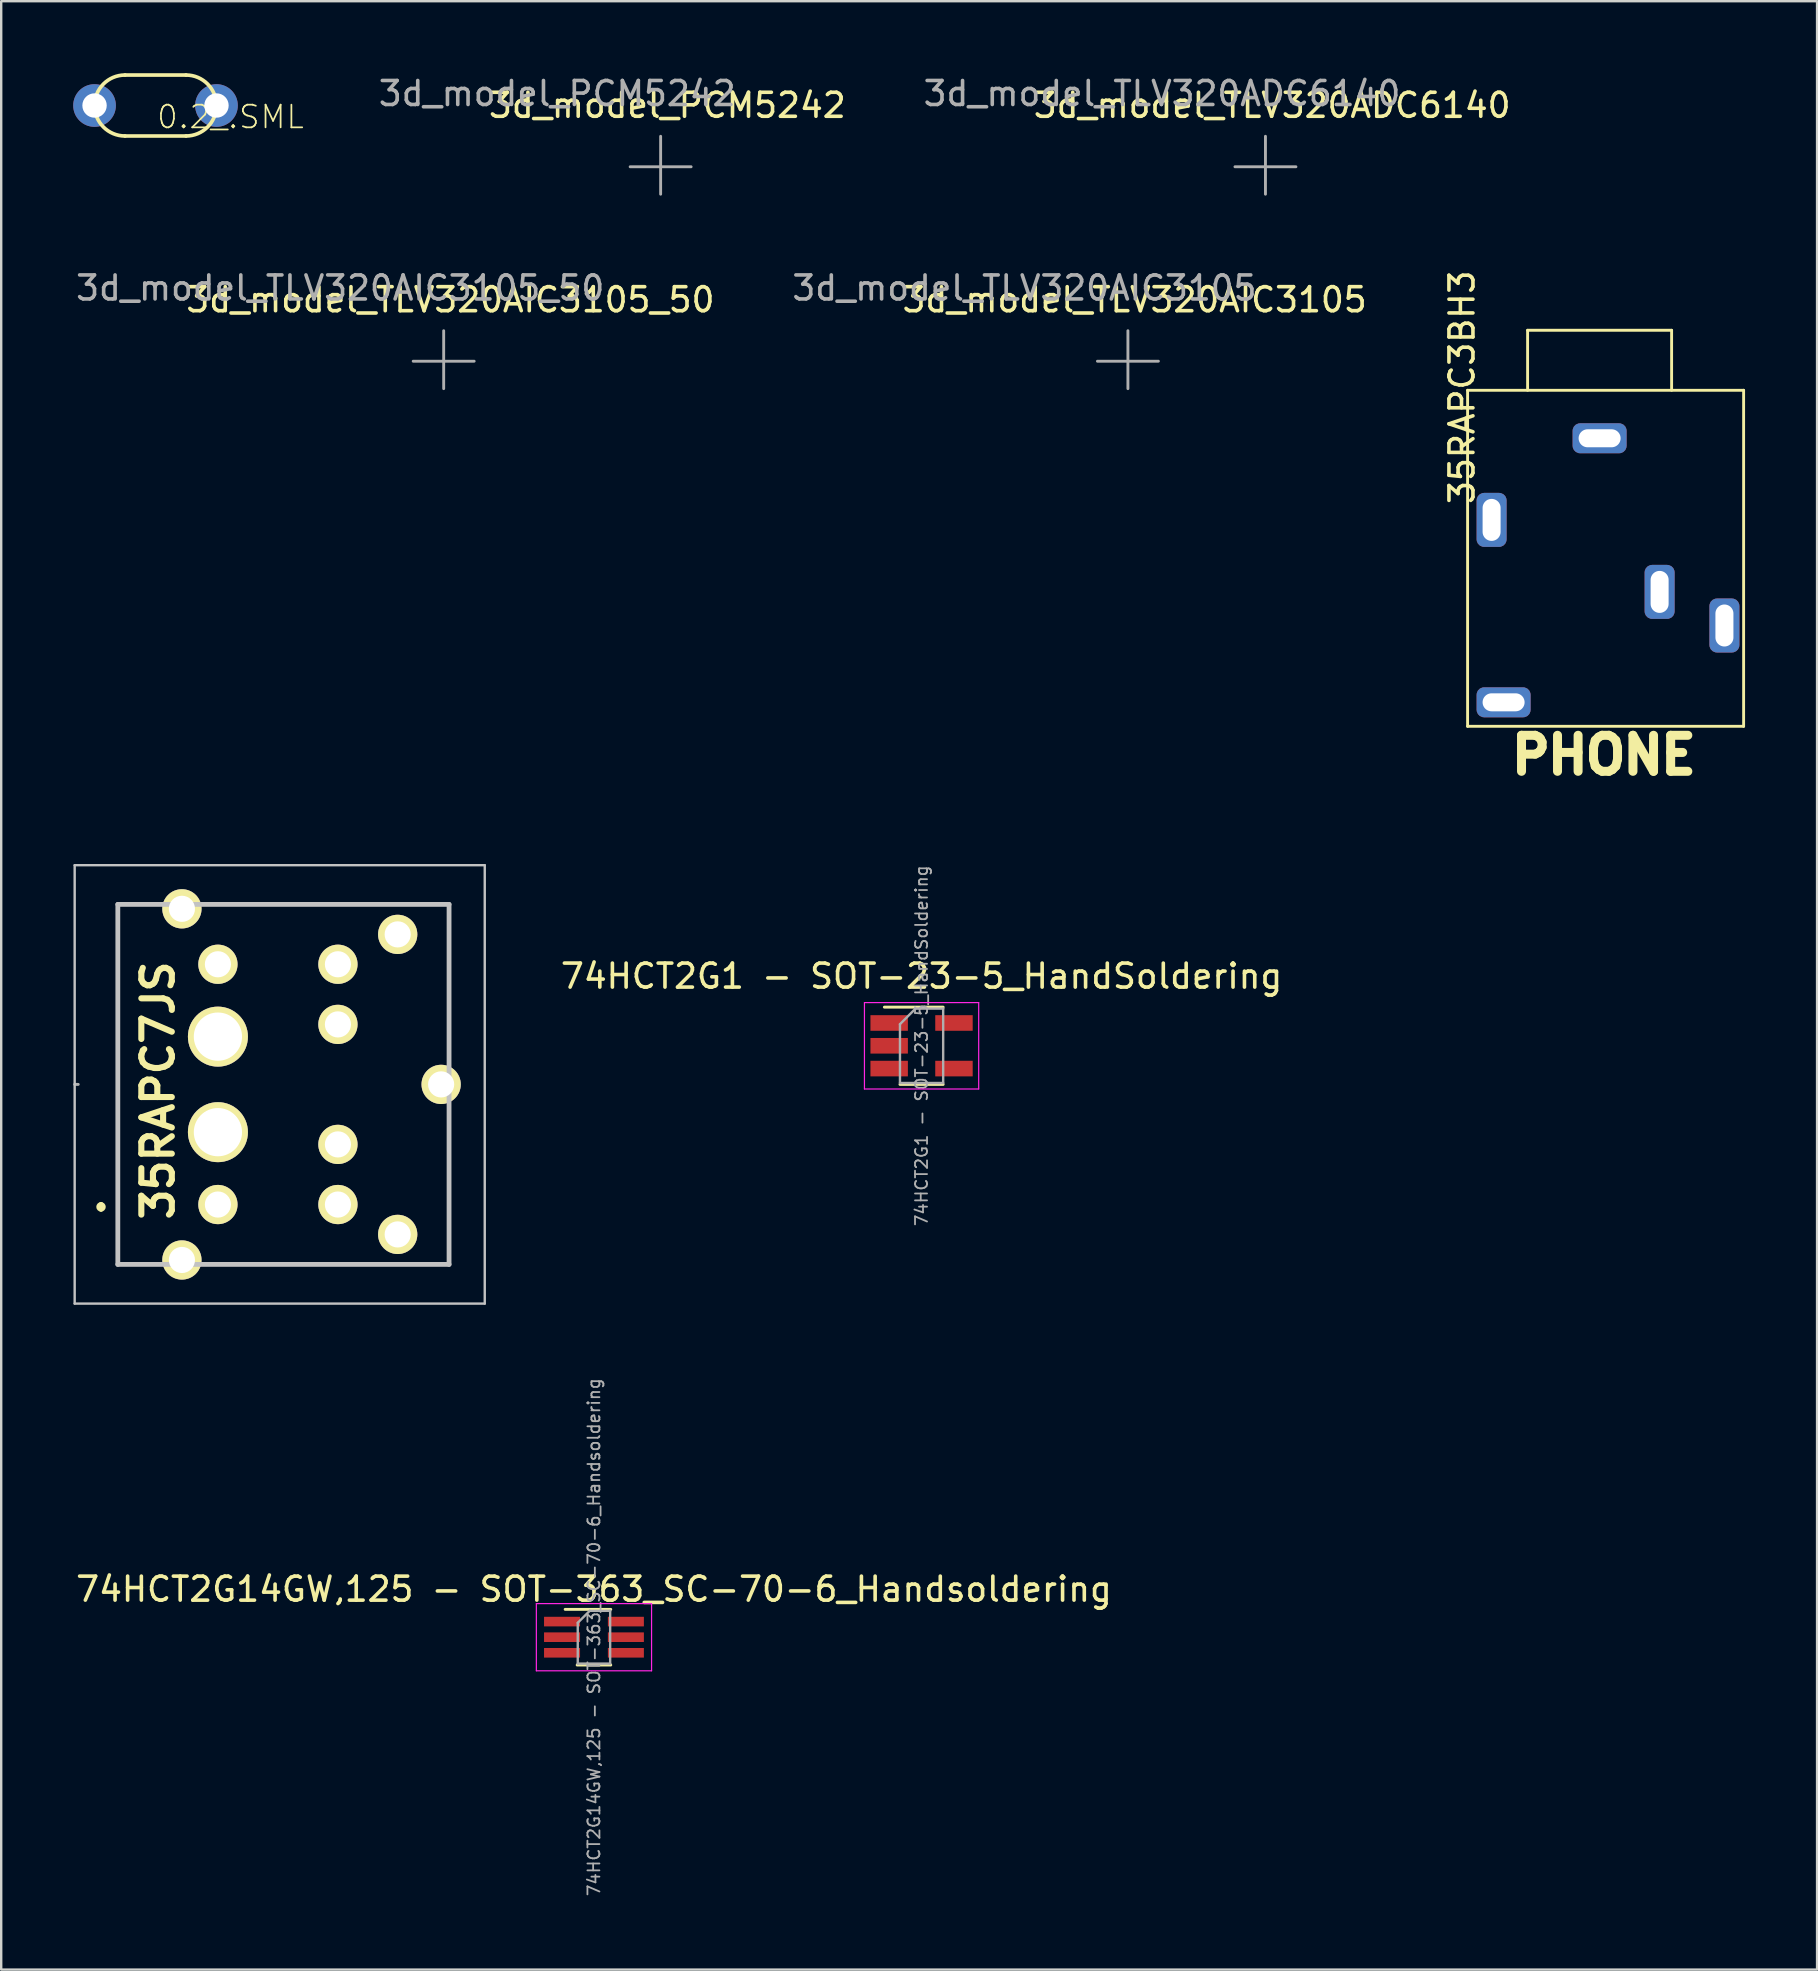
<source format=kicad_pcb>
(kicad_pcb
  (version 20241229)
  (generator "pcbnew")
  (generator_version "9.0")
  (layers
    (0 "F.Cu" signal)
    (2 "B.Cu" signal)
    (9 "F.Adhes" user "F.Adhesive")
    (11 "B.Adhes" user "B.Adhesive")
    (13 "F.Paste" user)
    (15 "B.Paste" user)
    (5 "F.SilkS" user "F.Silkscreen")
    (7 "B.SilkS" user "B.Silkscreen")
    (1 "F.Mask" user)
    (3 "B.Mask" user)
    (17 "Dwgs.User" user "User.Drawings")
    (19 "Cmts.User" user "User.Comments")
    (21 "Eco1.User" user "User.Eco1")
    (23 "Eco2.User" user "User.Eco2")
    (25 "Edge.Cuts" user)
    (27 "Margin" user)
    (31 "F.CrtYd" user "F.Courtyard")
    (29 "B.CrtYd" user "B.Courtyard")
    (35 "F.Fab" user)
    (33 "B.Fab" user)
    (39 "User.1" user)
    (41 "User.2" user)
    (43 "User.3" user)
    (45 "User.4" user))
  (footprint "35RAPC3BH3"
    (layer "F.Cu")
    (at 63.844 13.21)
    (property "Reference" "35RAPC3BH3" (at -5.982 -0.127 90) (layer "F.SilkS") (effects (font (size 1 1) (thickness 0.15))))
    (property "Label" "PHONE" (at 0 0 0) (layer "F.Fab") (hide yes) (effects (font (size 1.27 1.27) (thickness 0.15))))
    (attr through_hole)
    (fp_line (start -5.75 0) (end -5.75 14) (stroke (width 0.12) (type solid)) (layer "F.SilkS"))
    (fp_line (start -3.25 0) (end -3.25 -2.5) (stroke (width 0.12) (type solid)) (layer "F.SilkS"))
    (fp_line (start 2.75 -2.5) (end -3.25 -2.5) (stroke (width 0.12) (type solid)) (layer "F.SilkS"))
    (fp_line (start 2.75 0) (end 2.75 -2.5) (stroke (width 0.12) (type solid)) (layer "F.SilkS"))
    (fp_line (start 5.75 0) (end -5.75 0) (stroke (width 0.12) (type solid)) (layer "F.SilkS"))
    (fp_line (start 5.75 0) (end 5.75 14) (stroke (width 0.12) (type solid)) (layer "F.SilkS"))
    (fp_line (start 5.75 14) (end -5.75 14) (stroke (width 0.12) (type solid)) (layer "F.SilkS"))
    (fp_text user "${Label}" (at -0.075 15.2 0) (layer "F.SilkS") (effects (font (size 1.5 1.5) (thickness 0.375))))
    (pad "1" thru_hole roundrect (at -0.25 2 180) (size 2.25 1.25) (drill oval 1.75 0.75) (layers "*.Cu" "*.Mask") (roundrect_rratio 0.25))
    (pad "2" thru_hole roundrect (at 4.95 9.8 90) (size 2.25 1.25) (drill oval 1.75 0.75) (layers "*.Cu" "*.Mask") (roundrect_rratio 0.25))
    (pad "3" thru_hole roundrect (at 2.25 8.4 90) (size 2.25 1.25) (drill oval 1.75 0.75) (layers "*.Cu" "*.Mask") (roundrect_rratio 0.25))
    (pad "4" thru_hole roundrect (at -4.25 13) (size 2.25 1.25) (drill oval 1.75 0.75) (layers "*.Cu" "*.Mask") (roundrect_rratio 0.25))
    (pad "5" thru_hole roundrect (at -4.75 5.4 270) (size 2.25 1.25) (drill oval 1.75 0.75) (layers "*.Cu" "*.Mask") (roundrect_rratio 0.25)))
  (footprint "3d_model_TLV320AIC3105"
    (layer "F.Cu")
    (at 43.942 11.999)
    (property "Reference" "3d_model_TLV320AIC3105" (at 0.28 -2.56 0) (unlocked yes) (layer "F.SilkS") (effects (font (size 1 1) (thickness 0.15))))
    (attr smd exclude_from_pos_files exclude_from_bom)
    (fp_line (start -1.27 0) (end 1.27 0) (stroke (width 0.12) (type solid)) (layer "F.Fab"))
    (fp_line (start 0 -1.27) (end 0 1.143) (stroke (width 0.12) (type solid)) (layer "F.Fab"))
    (fp_text user "${REFERENCE}" (at -4.31 -3.05 0) (unlocked yes) (layer "F.Fab") (effects (font (size 1 1) (thickness 0.15)))))
  (footprint "74HCT2G14GW,125 - SOT-363_SC-70-6_Handsoldering"
    (layer "F.Cu")
    (at 21.696 65.16)
    (property "Reference" "74HCT2G14GW,125 - SOT-363_SC-70-6_Handsoldering" (at 0 -2 0) (layer "F.SilkS") (effects (font (size 1 1) (thickness 0.15))))
    (attr smd)
    (fp_line (start -0.7 1.16) (end 0.7 1.16) (stroke (width 0.12) (type solid)) (layer "F.SilkS"))
    (fp_line (start 0.7 -1.16) (end -1.2 -1.16) (stroke (width 0.12) (type solid)) (layer "F.SilkS"))
    (fp_line (start -2.4 -1.4) (end -2.4 1.4) (stroke (width 0.05) (type solid)) (layer "F.CrtYd"))
    (fp_line (start -2.4 -1.4) (end 2.4 -1.4) (stroke (width 0.05) (type solid)) (layer "F.CrtYd"))
    (fp_line (start -2.4 1.4) (end 2.4 1.4) (stroke (width 0.05) (type solid)) (layer "F.CrtYd"))
    (fp_line (start 2.4 1.4) (end 2.4 -1.4) (stroke (width 0.05) (type solid)) (layer "F.CrtYd"))
    (fp_line (start -0.675 -0.6) (end -0.675 1.1) (stroke (width 0.1) (type solid)) (layer "F.Fab"))
    (fp_line (start -0.175 -1.1) (end -0.675 -0.6) (stroke (width 0.1) (type solid)) (layer "F.Fab"))
    (fp_line (start 0.675 -1.1) (end -0.175 -1.1) (stroke (width 0.1) (type solid)) (layer "F.Fab"))
    (fp_line (start 0.675 -1.1) (end 0.675 1.1) (stroke (width 0.1) (type solid)) (layer "F.Fab"))
    (fp_line (start 0.675 1.1) (end -0.675 1.1) (stroke (width 0.1) (type solid)) (layer "F.Fab"))
    (fp_text user "${REFERENCE}" (at 0 0 90) (layer "F.Fab") (effects (font (size 0.5 0.5) (thickness 0.075))))
    (pad "1" smd rect (at -1.33 -0.65) (size 1.5 0.4) (layers "F.Cu" "F.Mask" "F.Paste"))
    (pad "2" smd rect (at -1.33 0) (size 1.5 0.4) (layers "F.Cu" "F.Mask" "F.Paste"))
    (pad "3" smd rect (at -1.33 0.65) (size 1.5 0.4) (layers "F.Cu" "F.Mask" "F.Paste"))
    (pad "4" smd rect (at 1.33 0.65) (size 1.5 0.4) (layers "F.Cu" "F.Mask" "F.Paste"))
    (pad "5" smd rect (at 1.33 0) (size 1.5 0.4) (layers "F.Cu" "F.Mask" "F.Paste"))
    (pad "6" smd rect (at 1.33 -0.65) (size 1.5 0.4) (layers "F.Cu" "F.Mask" "F.Paste")))
  (footprint "35RAPC7JS"
    (layer "F.Cu")
    (at 8.36 42.129)
    (property "Reference" "35RAPC7JS" (at -4.826 0.254 270) (layer "F.SilkS") (effects (font (size 1.27 1.27) (thickness 0.254))))
    (attr through_hole)
    (fp_line (start -7.201 5.005) (end -7.201 5.005) (stroke (width 0.2) (type solid)) (layer "F.SilkS"))
    (fp_line (start -7.201 5.2) (end -7.201 5.2) (stroke (width 0.2) (type solid)) (layer "F.SilkS"))
    (fp_line (start -6.501 -7.5) (end -6.501 7.5) (stroke (width 0.1) (type solid)) (layer "F.SilkS"))
    (fp_line (start -6.501 7.5) (end -5.501 7.5) (stroke (width 0.1) (type solid)) (layer "F.SilkS"))
    (fp_line (start -5.501 -7.5) (end -6.501 -7.5) (stroke (width 0.1) (type solid)) (layer "F.SilkS"))
    (fp_line (start -2.501 7.5) (end 7.299 7.5) (stroke (width 0.1) (type solid)) (layer "F.SilkS"))
    (fp_line (start 7.299 -7.5) (end -2.331 -7.5) (stroke (width 0.1) (type solid)) (layer "F.SilkS"))
    (fp_line (start 7.299 -1.5) (end 7.299 -7.5) (stroke (width 0.1) (type solid)) (layer "F.SilkS"))
    (fp_line (start 7.299 7.5) (end 7.299 1.5) (stroke (width 0.1) (type solid)) (layer "F.SilkS"))
    (fp_arc (start -7.201 5.005) (mid -7.104 5.103) (end -7.202 5.2) (stroke (width 0.2) (type solid)) (layer "F.SilkS"))
    (fp_arc (start -7.201 5.2) (mid -7.299 5.103) (end -7.202 5.005) (stroke (width 0.2) (type solid)) (layer "F.SilkS"))
    (fp_line (start -8.299 -9.133) (end 8.786 -9.133) (stroke (width 0.1) (type solid)) (layer "Dwgs.User"))
    (fp_line (start -8.299 9.133) (end -8.299 -9.133) (stroke (width 0.1) (type solid)) (layer "Dwgs.User"))
    (fp_line (start -6.501 -7.5) (end 7.299 -7.5) (stroke (width 0.2) (type solid)) (layer "Dwgs.User"))
    (fp_line (start -6.501 7.5) (end -6.501 -7.5) (stroke (width 0.2) (type solid)) (layer "Dwgs.User"))
    (fp_line (start 7.299 -7.5) (end 7.299 7.5) (stroke (width 0.2) (type solid)) (layer "Dwgs.User"))
    (fp_line (start 7.299 7.5) (end -6.501 7.5) (stroke (width 0.2) (type solid)) (layer "Dwgs.User"))
    (fp_line (start 8.786 -9.133) (end 8.786 9.133) (stroke (width 0.1) (type solid)) (layer "Dwgs.User"))
    (fp_line (start 8.786 9.133) (end -8.299 9.133) (stroke (width 0.1) (type solid)) (layer "Dwgs.User"))
    (fp_line (start -8.3 0) (end -8.15 0) (stroke (width 0.12) (type solid)) (layer "F.Fab"))
    (pad "1" thru_hole circle (at -2.331 5.005 90) (size 1.635 1.635) (drill 1.09) (layers "*.Cu" "*.Mask" "F.SilkS"))
    (pad "2" thru_hole circle (at 5.159 -6.25 90) (size 1.635 1.635) (drill 1.09) (layers "*.Cu" "*.Mask" "F.SilkS"))
    (pad "3" thru_hole circle (at 5.159 6.25 90) (size 1.635 1.635) (drill 1.09) (layers "*.Cu" "*.Mask" "F.SilkS"))
    (pad "4" thru_hole circle (at 2.669 5.005 90) (size 1.635 1.635) (drill 1.09) (layers "*.Cu" "*.Mask" "F.SilkS"))
    (pad "5" thru_hole circle (at 2.669 -5.005 90) (size 1.635 1.635) (drill 1.09) (layers "*.Cu" "*.Mask" "F.SilkS"))
    (pad "6" thru_hole circle (at -2.331 -5.005 90) (size 1.635 1.635) (drill 1.09) (layers "*.Cu" "*.Mask" "F.SilkS"))
    (pad "7" thru_hole circle (at 2.669 2.5 90) (size 1.635 1.635) (drill 1.09) (layers "*.Cu" "*.Mask" "F.SilkS"))
    (pad "8" thru_hole circle (at 2.669 -2.5 90) (size 1.635 1.635) (drill 1.09) (layers "*.Cu" "*.Mask" "F.SilkS"))
    (pad "9" thru_hole circle (at -3.831 -7.315 90) (size 1.635 1.635) (drill 1.09) (layers "*.Cu" "*.Mask" "F.SilkS"))
    (pad "10" thru_hole circle (at -3.831 7.315 90) (size 1.635 1.635) (drill 1.09) (layers "*.Cu" "*.Mask" "F.SilkS"))
    (pad "11" thru_hole circle (at 6.969 0 90) (size 1.635 1.635) (drill 1.09) (layers "*.Cu" "*.Mask" "F.SilkS"))
    (pad "12" thru_hole circle (at -2.331 -1.99 90) (size 2.5 2.5) (drill 2.01) (layers "*.Cu" "*.Mask" "F.SilkS"))
    (pad "13" thru_hole circle (at -2.331 1.99 90) (size 2.5 2.5) (drill 2.01) (layers "*.Cu" "*.Mask" "F.SilkS")))
  (footprint "3d_model_TLV320ADC6140"
    (layer "F.Cu")
    (at 49.672 3.898)
    (property "Reference" "3d_model_TLV320ADC6140" (at 0.28 -2.56 0) (unlocked yes) (layer "F.SilkS") (effects (font (size 1 1) (thickness 0.15))))
    (attr smd exclude_from_bom)
    (fp_line (start -1.27 0) (end 1.27 0) (stroke (width 0.12) (type solid)) (layer "F.Fab"))
    (fp_line (start 0 -1.27) (end 0 1.143) (stroke (width 0.12) (type solid)) (layer "F.Fab"))
    (fp_text user "${REFERENCE}" (at -4.31 -3.05 0) (unlocked yes) (layer "F.Fab") (effects (font (size 1 1) (thickness 0.15)))))
  (footprint "3d_model_PCM5242"
    (layer "F.Cu")
    (at 24.474 3.898)
    (property "Reference" "3d_model_PCM5242" (at 0.28 -2.56 0) (unlocked yes) (layer "F.SilkS") (effects (font (size 1 1) (thickness 0.15))))
    (attr smd exclude_from_pos_files exclude_from_bom)
    (fp_line (start -1.27 0) (end 1.27 0) (stroke (width 0.12) (type solid)) (layer "F.Fab"))
    (fp_line (start 0 -1.27) (end 0 1.143) (stroke (width 0.12) (type solid)) (layer "F.Fab"))
    (fp_text user "${REFERENCE}" (at -4.31 -3.05 0) (unlocked yes) (layer "F.Fab") (effects (font (size 1 1) (thickness 0.15)))))
  (footprint "3d_model_TLV320AIC3105_50"
    (layer "F.Cu")
    (at 15.435 11.999)
    (property "Reference" "3d_model_TLV320AIC3105_50" (at 0.28 -2.56 0) (unlocked yes) (layer "F.SilkS") (effects (font (size 1 1) (thickness 0.15))))
    (attr smd exclude_from_pos_files exclude_from_bom)
    (fp_line (start -1.27 0) (end 1.27 0) (stroke (width 0.12) (type solid)) (layer "F.Fab"))
    (fp_line (start 0 -1.27) (end 0 1.143) (stroke (width 0.12) (type solid)) (layer "F.Fab"))
    (fp_text user "${REFERENCE}" (at -4.31 -3.05 0) (unlocked yes) (layer "F.Fab") (effects (font (size 1 1) (thickness 0.15)))))
  (footprint "0.2_.SML"
    (layer "F.Cu")
    (at 3.429 1.346)
    (property "Reference" "0.2_.SML" (at 0 0.476 0) (layer "F.SilkS") (effects (font (size 0.943 0.943) (thickness 0.073)) (justify left)))
    (fp_line (start -1.27 1.27) (end 1.27 1.27) (stroke (width 0.152) (type solid)) (layer "F.SilkS"))
    (fp_line (start 1.27 -1.27) (end -1.27 -1.27) (stroke (width 0.152) (type solid)) (layer "F.SilkS"))
    (fp_arc (start -2.54 0) (mid -2.168026 -0.898026) (end -1.27 -1.27) (stroke (width 0.1524) (type solid)) (layer "F.SilkS"))
    (fp_arc (start -1.27 1.27) (mid -2.168026 0.898026) (end -2.54 0) (stroke (width 0.1524) (type solid)) (layer "F.SilkS"))
    (fp_arc (start 1.27 -1.27) (mid 2.168026 -0.898026) (end 2.54 0) (stroke (width 0.1524) (type solid)) (layer "F.SilkS"))
    (fp_arc (start 2.54 0) (mid 2.168026 0.898026) (end 1.27 1.27) (stroke (width 0.1524) (type solid)) (layer "F.SilkS"))
    (pad "1" thru_hole circle (at -2.54 0) (size 1.778 1.778) (drill 1.016) (layers "*.Cu" "*.Mask"))
    (pad "2" thru_hole circle (at 2.54 0) (size 1.778 1.778) (drill 1.016) (layers "*.Cu" "*.Mask")))
  (footprint "74HCT2G1 - SOT-23-5_HandSoldering"
    (layer "F.Cu")
    (at 35.345 40.52)
    (property "Reference" "74HCT2G1 - SOT-23-5_HandSoldering" (at 0 -2.9 0) (layer "F.SilkS") (effects (font (size 1 1) (thickness 0.15))))
    (attr smd)
    (fp_line (start -0.9 1.61) (end 0.9 1.61) (stroke (width 0.12) (type solid)) (layer "F.SilkS"))
    (fp_line (start 0.9 -1.61) (end -1.55 -1.61) (stroke (width 0.12) (type solid)) (layer "F.SilkS"))
    (fp_line (start -2.38 -1.8) (end -2.38 1.8) (stroke (width 0.05) (type solid)) (layer "F.CrtYd"))
    (fp_line (start -2.38 -1.8) (end 2.38 -1.8) (stroke (width 0.05) (type solid)) (layer "F.CrtYd"))
    (fp_line (start 2.38 1.8) (end -2.38 1.8) (stroke (width 0.05) (type solid)) (layer "F.CrtYd"))
    (fp_line (start 2.38 1.8) (end 2.38 -1.8) (stroke (width 0.05) (type solid)) (layer "F.CrtYd"))
    (fp_line (start -0.9 -0.9) (end -0.9 1.55) (stroke (width 0.1) (type solid)) (layer "F.Fab"))
    (fp_line (start -0.9 -0.9) (end -0.25 -1.55) (stroke (width 0.1) (type solid)) (layer "F.Fab"))
    (fp_line (start 0.9 -1.55) (end -0.25 -1.55) (stroke (width 0.1) (type solid)) (layer "F.Fab"))
    (fp_line (start 0.9 -1.55) (end 0.9 1.55) (stroke (width 0.1) (type solid)) (layer "F.Fab"))
    (fp_line (start 0.9 1.55) (end -0.9 1.55) (stroke (width 0.1) (type solid)) (layer "F.Fab"))
    (fp_text user "${REFERENCE}" (at 0 0 90) (layer "F.Fab") (effects (font (size 0.5 0.5) (thickness 0.075))))
    (pad "1" smd rect (at -1.35 -0.95) (size 1.56 0.65) (layers "F.Cu" "F.Mask" "F.Paste"))
    (pad "2" smd rect (at -1.35 0) (size 1.56 0.65) (layers "F.Cu" "F.Mask" "F.Paste"))
    (pad "3" smd rect (at -1.35 0.95) (size 1.56 0.65) (layers "F.Cu" "F.Mask" "F.Paste"))
    (pad "4" smd rect (at 1.35 0.95) (size 1.56 0.65) (layers "F.Cu" "F.Mask" "F.Paste"))
    (pad "5" smd rect (at 1.35 -0.95) (size 1.56 0.65) (layers "F.Cu" "F.Mask" "F.Paste")))
  (gr_rect
    (start -3 -3)
    (end 72.654 79.008)
    (stroke (width 0.1) (type default))
    (fill no)
    (layer "Edge.Cuts")))
</source>
